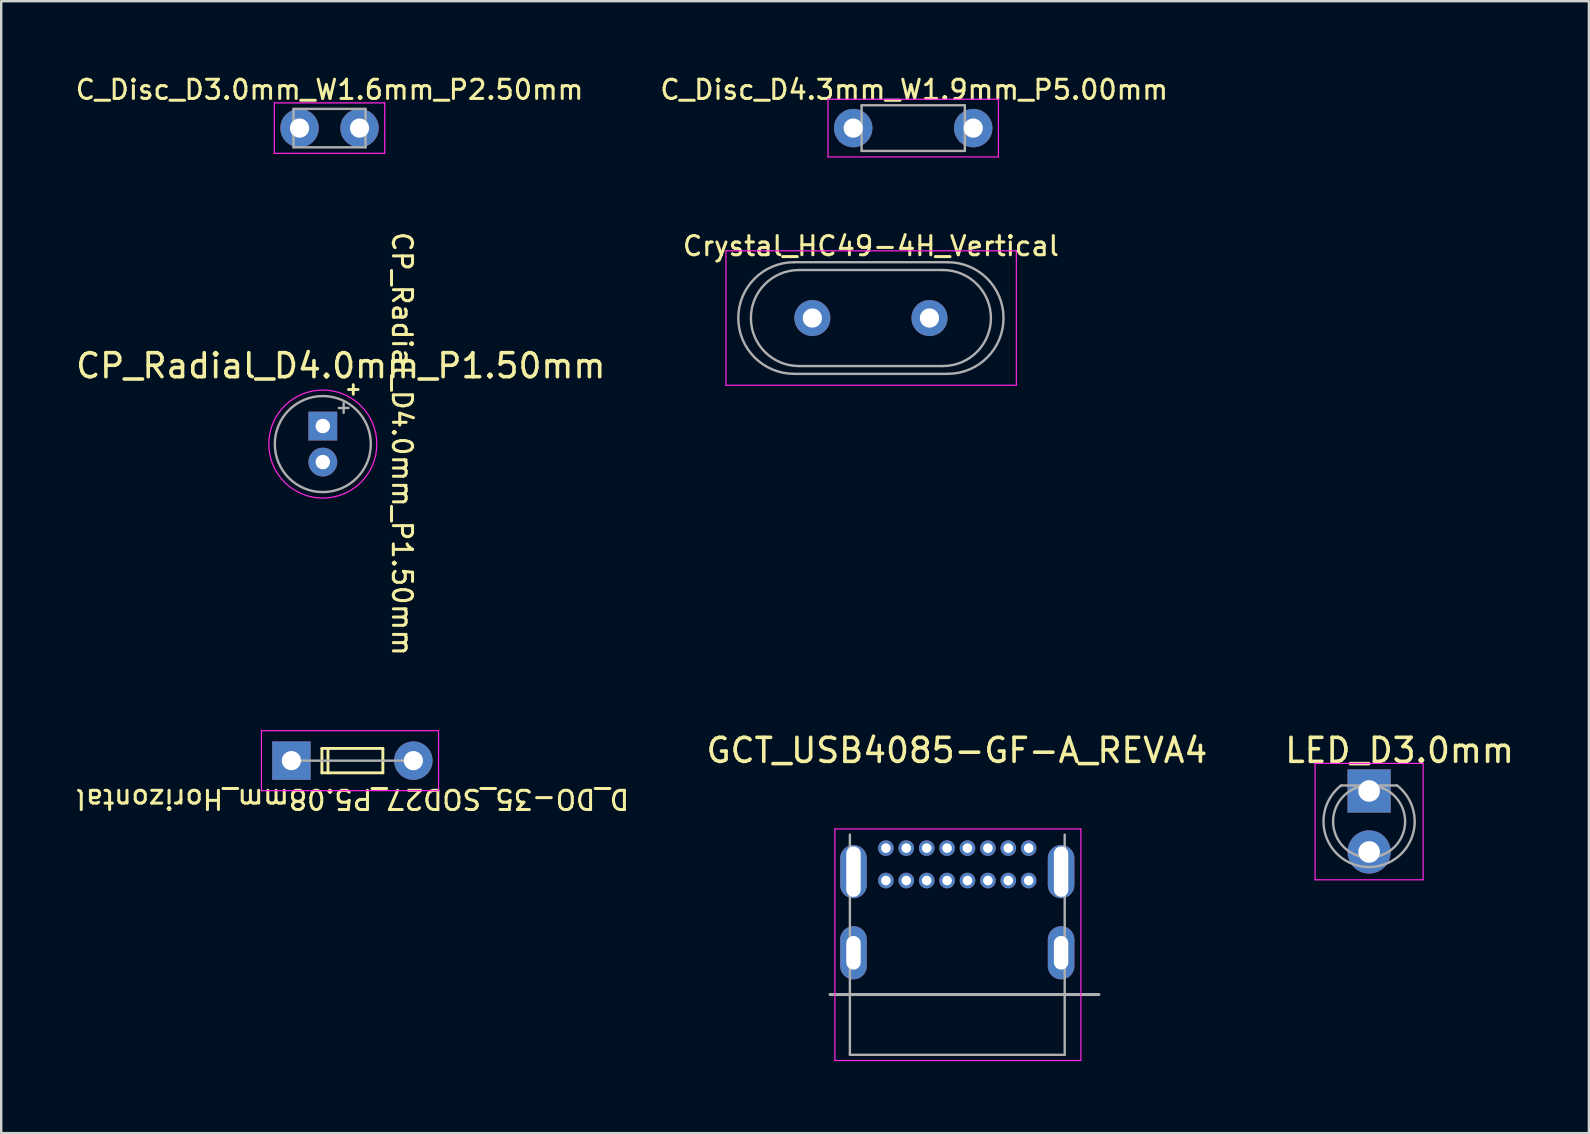
<source format=kicad_pcb>
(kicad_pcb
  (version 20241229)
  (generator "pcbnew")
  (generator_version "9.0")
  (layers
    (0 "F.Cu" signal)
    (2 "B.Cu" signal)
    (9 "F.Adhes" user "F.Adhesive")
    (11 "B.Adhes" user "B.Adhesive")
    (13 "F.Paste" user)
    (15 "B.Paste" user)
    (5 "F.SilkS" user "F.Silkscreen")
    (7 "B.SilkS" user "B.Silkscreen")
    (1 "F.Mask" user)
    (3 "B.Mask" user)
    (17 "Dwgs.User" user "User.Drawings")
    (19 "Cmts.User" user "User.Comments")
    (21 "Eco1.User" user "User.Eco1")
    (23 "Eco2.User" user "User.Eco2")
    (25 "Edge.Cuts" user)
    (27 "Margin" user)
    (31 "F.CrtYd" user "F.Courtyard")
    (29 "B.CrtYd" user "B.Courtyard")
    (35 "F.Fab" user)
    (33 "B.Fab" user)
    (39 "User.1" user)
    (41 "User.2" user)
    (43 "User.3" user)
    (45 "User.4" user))
  (footprint "Crystal_HC49-4H_Vertical"
    (layer "F.Cu")
    (at 33.234 10.2)
    (property "Reference" "Crystal_HC49-4H_Vertical" (at 0 -3 0) (layer "F.SilkS") (effects (font (size 0.8 0.8) (thickness 0.125))))
    (attr through_hole)
    (fp_line (start -6.04 -2.8) (end -6.04 2.8) (stroke (width 0.05) (type solid)) (layer "F.CrtYd"))
    (fp_line (start -6.04 2.8) (end 6.06 2.8) (stroke (width 0.05) (type solid)) (layer "F.CrtYd"))
    (fp_line (start 6.06 -2.8) (end -6.04 -2.8) (stroke (width 0.05) (type solid)) (layer "F.CrtYd"))
    (fp_line (start 6.06 2.8) (end 6.06 -2.8) (stroke (width 0.05) (type solid)) (layer "F.CrtYd"))
    (fp_line (start -3.2 -2.325) (end 3.2 -2.325) (stroke (width 0.1) (type solid)) (layer "F.Fab"))
    (fp_line (start -3.2 2.325) (end 3.2 2.325) (stroke (width 0.1) (type solid)) (layer "F.Fab"))
    (fp_line (start -3 -2) (end 3 -2) (stroke (width 0.1) (type solid)) (layer "F.Fab"))
    (fp_line (start -3 2) (end 3 2) (stroke (width 0.1) (type solid)) (layer "F.Fab"))
    (fp_arc (start -3.2 2.325) (mid -5.525 0) (end -3.2 -2.325) (stroke (width 0.1) (type solid)) (layer "F.Fab"))
    (fp_arc (start -3 2) (mid -5 0) (end -3 -2) (stroke (width 0.1) (type solid)) (layer "F.Fab"))
    (fp_arc (start 3 -2) (mid 5 0) (end 3 2) (stroke (width 0.1) (type solid)) (layer "F.Fab"))
    (fp_arc (start 3.2 -2.325) (mid 5.525 0) (end 3.2 2.325) (stroke (width 0.1) (type solid)) (layer "F.Fab"))
    (pad "1" thru_hole circle (at -2.44 0) (size 1.5 1.5) (drill 0.8) (layers "*.Cu" "*.Mask"))
    (pad "2" thru_hole circle (at 2.44 0) (size 1.5 1.5) (drill 0.8) (layers "*.Cu" "*.Mask")))
  (footprint "CP_Radial_D4.0mm_P1.50mm"
    (layer "F.Cu")
    (at 10.399 15.439)
    (property "Reference" "CP_Radial_D4.0mm_P1.50mm" (at 0.75 -3.25 0) (layer "F.SilkS") (effects (font (size 1 1) (thickness 0.15))))
    (attr through_hole)
    (fp_line (start 1.27 -2.462) (end 1.27 -2.062) (stroke (width 0.12) (type solid)) (layer "F.SilkS"))
    (fp_line (start 1.47 -2.262) (end 1.07 -2.262) (stroke (width 0.12) (type solid)) (layer "F.SilkS"))
    (fp_circle (center 0 0.012) (end 0 2.262) (stroke (width 0.05) (type solid)) (fill no) (layer "F.CrtYd"))
    (fp_line (start 0.868 -1.691) (end 0.868 -1.291) (stroke (width 0.1) (type solid)) (layer "F.Fab"))
    (fp_line (start 1.067 -1.491) (end 0.667 -1.491) (stroke (width 0.1) (type solid)) (layer "F.Fab"))
    (fp_circle (center 0 0.012) (end 0 2.012) (stroke (width 0.1) (type solid)) (fill no) (layer "F.Fab"))
    (fp_text user "${REFERENCE}" (at 3.302 0 270) (unlocked yes) (layer "F.SilkS") (effects (font (size 0.8 0.8) (thickness 0.125))))
    (pad "1" thru_hole rect (at 0 -0.738 270) (size 1.2 1.2) (drill 0.6) (layers "*.Cu" "*.Mask"))
    (pad "2" thru_hole circle (at 0 0.762 270) (size 1.2 1.2) (drill 0.6) (layers "*.Cu" "*.Mask")))
  (footprint "D_DO-35_SOD27_P5.08mm_Horizontal"
    (layer "F.Cu")
    (at 11.631 28.64)
    (property "Reference" "D_DO-35_SOD27_P5.08mm_Horizontal" (at 0 1.6 180) (unlocked yes) (layer "F.SilkS") (effects (font (size 0.8 0.8) (thickness 0.125))))
    (attr through_hole)
    (fp_line (start -1.27 -0.508) (end -1.27 0.508) (stroke (width 0.12) (type solid)) (layer "F.SilkS"))
    (fp_line (start -1.27 0.508) (end -1.016 0.508) (stroke (width 0.12) (type solid)) (layer "F.SilkS"))
    (fp_line (start -1.016 -0.508) (end -1.27 -0.508) (stroke (width 0.12) (type solid)) (layer "F.SilkS"))
    (fp_line (start -1.016 -0.508) (end 1.27 -0.508) (stroke (width 0.12) (type solid)) (layer "F.SilkS"))
    (fp_line (start -1.016 0.508) (end -1.016 -0.508) (stroke (width 0.12) (type solid)) (layer "F.SilkS"))
    (fp_line (start 1.27 -0.508) (end 1.27 0.508) (stroke (width 0.12) (type solid)) (layer "F.SilkS"))
    (fp_line (start 1.27 0.508) (end -1.016 0.508) (stroke (width 0.12) (type solid)) (layer "F.SilkS"))
    (fp_line (start -3.79 -1.25) (end -3.79 1.25) (stroke (width 0.05) (type solid)) (layer "F.CrtYd"))
    (fp_line (start -3.79 1.25) (end 3.59 1.25) (stroke (width 0.05) (type solid)) (layer "F.CrtYd"))
    (fp_line (start 3.59 -1.25) (end -3.79 -1.25) (stroke (width 0.05) (type solid)) (layer "F.CrtYd"))
    (fp_line (start 3.59 1.25) (end 3.59 -1.25) (stroke (width 0.05) (type solid)) (layer "F.CrtYd"))
    (fp_line (start -2.54 0) (end 2.54 0) (stroke (width 0.1) (type solid)) (layer "F.Fab"))
    (pad "1" thru_hole rect (at -2.54 0) (size 1.6 1.6) (drill 0.8) (layers "*.Cu" "*.Mask"))
    (pad "2" thru_hole oval (at 2.54 0) (size 1.6 1.6) (drill 0.8) (layers "*.Cu" "*.Mask")))
  (footprint "LED_D3.0mm"
    (layer "F.Cu")
    (at 53.99 31.174)
    (property "Reference" "LED_D3.0mm" (at 1.27 -2.96 180) (layer "F.SilkS") (effects (font (size 1 1) (thickness 0.15))))
    (attr through_hole)
    (fp_line (start -2.25 -2.42) (end -2.25 2.43) (stroke (width 0.05) (type solid)) (layer "F.CrtYd"))
    (fp_line (start -2.25 2.43) (end 2.25 2.43) (stroke (width 0.05) (type solid)) (layer "F.CrtYd"))
    (fp_line (start 2.25 -2.42) (end -2.25 -2.42) (stroke (width 0.05) (type solid)) (layer "F.CrtYd"))
    (fp_line (start 2.25 2.43) (end 2.25 -2.42) (stroke (width 0.05) (type solid)) (layer "F.CrtYd"))
    (fp_line (start 1.166 -1.5) (end -1.166 -1.5) (stroke (width 0.1) (type solid)) (layer "F.Fab"))
    (fp_arc (start 1.16619 -1.5) (mid -0.000452 1.9) (end -1.165476 -1.500555) (stroke (width 0.1) (type solid)) (layer "F.Fab"))
    (fp_circle (center 0 0) (end 0 1.5) (stroke (width 0.1) (type solid)) (fill no) (layer "F.Fab"))
    (pad "1" thru_hole rect (at 0 -1.27 270) (size 1.8 1.8) (drill 0.9) (layers "*.Cu" "*.Mask"))
    (pad "2" thru_hole circle (at 0 1.27 270) (size 1.8 1.8) (drill 0.9) (layers "*.Cu" "*.Mask")))
  (footprint "C_Disc_D3.0mm_W1.6mm_P2.50mm"
    (layer "F.Cu")
    (at 10.679 2.287)
    (property "Reference" "C_Disc_D3.0mm_W1.6mm_P2.50mm" (at 0 -1.6 0) (unlocked yes) (layer "F.SilkS") (effects (font (size 0.8 0.8) (thickness 0.125))))
    (attr through_hole)
    (fp_line (start -2.3 -1.05) (end -2.3 1.05) (stroke (width 0.05) (type solid)) (layer "F.CrtYd"))
    (fp_line (start -2.3 1.05) (end 2.3 1.05) (stroke (width 0.05) (type solid)) (layer "F.CrtYd"))
    (fp_line (start 2.3 -1.05) (end -2.3 -1.05) (stroke (width 0.05) (type solid)) (layer "F.CrtYd"))
    (fp_line (start 2.3 1.05) (end 2.3 -1.05) (stroke (width 0.05) (type solid)) (layer "F.CrtYd"))
    (fp_line (start -1.5 -0.8) (end -1.5 0.8) (stroke (width 0.1) (type solid)) (layer "F.Fab"))
    (fp_line (start -1.5 0.8) (end 1.5 0.8) (stroke (width 0.1) (type solid)) (layer "F.Fab"))
    (fp_line (start 1.5 -0.8) (end -1.5 -0.8) (stroke (width 0.1) (type solid)) (layer "F.Fab"))
    (fp_line (start 1.5 0.8) (end 1.5 -0.8) (stroke (width 0.1) (type solid)) (layer "F.Fab"))
    (pad "1" thru_hole circle (at -1.25 0) (size 1.6 1.6) (drill 0.8) (layers "*.Cu" "*.Mask"))
    (pad "2" thru_hole circle (at 1.25 0) (size 1.6 1.6) (drill 0.8) (layers "*.Cu" "*.Mask")))
  (footprint "GCT_USB4085-GF-A_REVA4"
    (layer "F.Cu")
    (at 36.833 36.31)
    (property "Reference" "GCT_USB4085-GF-A_REVA4" (at -0.015 -8.096 180) (layer "F.SilkS") (effects (font (size 1 1) (thickness 0.15))))
    (attr through_hole)
    (fp_line (start -5.1 -4.825) (end 5.15 -4.825) (stroke (width 0.05) (type solid)) (layer "F.CrtYd"))
    (fp_line (start -5.1 4.825) (end -5.1 -4.825) (stroke (width 0.05) (type solid)) (layer "F.CrtYd"))
    (fp_line (start 5.15 -4.825) (end 5.15 4.825) (stroke (width 0.05) (type solid)) (layer "F.CrtYd"))
    (fp_line (start 5.15 4.825) (end -5.1 4.825) (stroke (width 0.05) (type solid)) (layer "F.CrtYd"))
    (fp_line (start -5.3 2.075) (end 5.9 2.075) (stroke (width 0.127) (type solid)) (layer "F.Fab"))
    (fp_line (start -4.475 4.585) (end -4.475 -4.585) (stroke (width 0.1) (type solid)) (layer "F.Fab"))
    (fp_line (start 4.475 -4.585) (end 4.475 4.585) (stroke (width 0.1) (type solid)) (layer "F.Fab"))
    (fp_line (start 4.475 4.585) (end -4.475 4.585) (stroke (width 0.1) (type solid)) (layer "F.Fab"))
    (pad "A1" thru_hole circle (at -2.975 -4.025) (size 0.65 0.65) (drill 0.4) (layers "*.Cu" "*.Mask"))
    (pad "A4" thru_hole circle (at -2.125 -4.025) (size 0.65 0.65) (drill 0.4) (layers "*.Cu" "*.Mask"))
    (pad "A5" thru_hole circle (at -1.275 -4.025) (size 0.65 0.65) (drill 0.4) (layers "*.Cu" "*.Mask"))
    (pad "A6" thru_hole circle (at -0.425 -4.025) (size 0.65 0.65) (drill 0.4) (layers "*.Cu" "*.Mask"))
    (pad "A7" thru_hole circle (at 0.425 -4.025) (size 0.65 0.65) (drill 0.4) (layers "*.Cu" "*.Mask"))
    (pad "A8" thru_hole circle (at 1.275 -4.025) (size 0.65 0.65) (drill 0.4) (layers "*.Cu" "*.Mask"))
    (pad "A9" thru_hole circle (at 2.125 -4.025) (size 0.65 0.65) (drill 0.4) (layers "*.Cu" "*.Mask"))
    (pad "A12" thru_hole circle (at 2.975 -4.025) (size 0.65 0.65) (drill 0.4) (layers "*.Cu" "*.Mask"))
    (pad "B1" thru_hole circle (at 2.975 -2.675) (size 0.65 0.65) (drill 0.4) (layers "*.Cu" "*.Mask"))
    (pad "B4" thru_hole circle (at 2.125 -2.675) (size 0.65 0.65) (drill 0.4) (layers "*.Cu" "*.Mask"))
    (pad "B5" thru_hole circle (at 1.275 -2.675) (size 0.65 0.65) (drill 0.4) (layers "*.Cu" "*.Mask"))
    (pad "B6" thru_hole circle (at 0.425 -2.675) (size 0.65 0.65) (drill 0.4) (layers "*.Cu" "*.Mask"))
    (pad "B7" thru_hole circle (at -0.425 -2.675) (size 0.65 0.65) (drill 0.4) (layers "*.Cu" "*.Mask"))
    (pad "B8" thru_hole circle (at -1.275 -2.675) (size 0.65 0.65) (drill 0.4) (layers "*.Cu" "*.Mask"))
    (pad "B9" thru_hole circle (at -2.125 -2.675) (size 0.65 0.65) (drill 0.4) (layers "*.Cu" "*.Mask"))
    (pad "B12" thru_hole circle (at -2.975 -2.675) (size 0.65 0.65) (drill 0.4) (layers "*.Cu" "*.Mask"))
    (pad "P1" thru_hole oval (at -4.325 -3.045) (size 1.108 2.216) (drill oval 0.6 2.1) (layers "*.Cu" "*.Mask"))
    (pad "P2" thru_hole oval (at 4.325 -3.045) (size 1.108 2.216) (drill oval 0.6 2.1) (layers "*.Cu" "*.Mask"))
    (pad "P3" thru_hole oval (at 4.325 0.335) (size 1.108 2.216) (drill oval 0.6 1.4) (layers "*.Cu" "*.Mask"))
    (pad "P4" thru_hole oval (at -4.325 0.335) (size 1.108 2.216) (drill oval 0.6 1.4) (layers "*.Cu" "*.Mask")))
  (footprint "C_Disc_D4.3mm_W1.9mm_P5.00mm"
    (layer "F.Cu")
    (at 35.037 2.287)
    (property "Reference" "C_Disc_D4.3mm_W1.9mm_P5.00mm" (at 0 -1.6 0) (unlocked yes) (layer "F.SilkS") (effects (font (size 0.8 0.8) (thickness 0.125))))
    (attr through_hole)
    (fp_line (start -3.59 -1.2) (end -3.59 1.2) (stroke (width 0.05) (type solid)) (layer "F.CrtYd"))
    (fp_line (start -3.59 1.2) (end 3.51 1.2) (stroke (width 0.05) (type solid)) (layer "F.CrtYd"))
    (fp_line (start 3.51 -1.2) (end -3.59 -1.2) (stroke (width 0.05) (type solid)) (layer "F.CrtYd"))
    (fp_line (start 3.51 1.2) (end 3.51 -1.2) (stroke (width 0.05) (type solid)) (layer "F.CrtYd"))
    (fp_line (start -2.19 -0.95) (end -2.19 0.95) (stroke (width 0.1) (type solid)) (layer "F.Fab"))
    (fp_line (start -2.19 0.95) (end 2.11 0.95) (stroke (width 0.1) (type solid)) (layer "F.Fab"))
    (fp_line (start 2.11 -0.95) (end -2.19 -0.95) (stroke (width 0.1) (type solid)) (layer "F.Fab"))
    (fp_line (start 2.11 0.95) (end 2.11 -0.95) (stroke (width 0.1) (type solid)) (layer "F.Fab"))
    (pad "1" thru_hole circle (at -2.54 0) (size 1.6 1.6) (drill 0.8) (layers "*.Cu" "*.Mask"))
    (pad "2" thru_hole circle (at 2.46 0) (size 1.6 1.6) (drill 0.8) (layers "*.Cu" "*.Mask")))
  (gr_rect
    (start -3 -3)
    (end 63.147 44.16)
    (stroke (width 0.1) (type default))
    (fill no)
    (layer "Edge.Cuts")))
</source>
